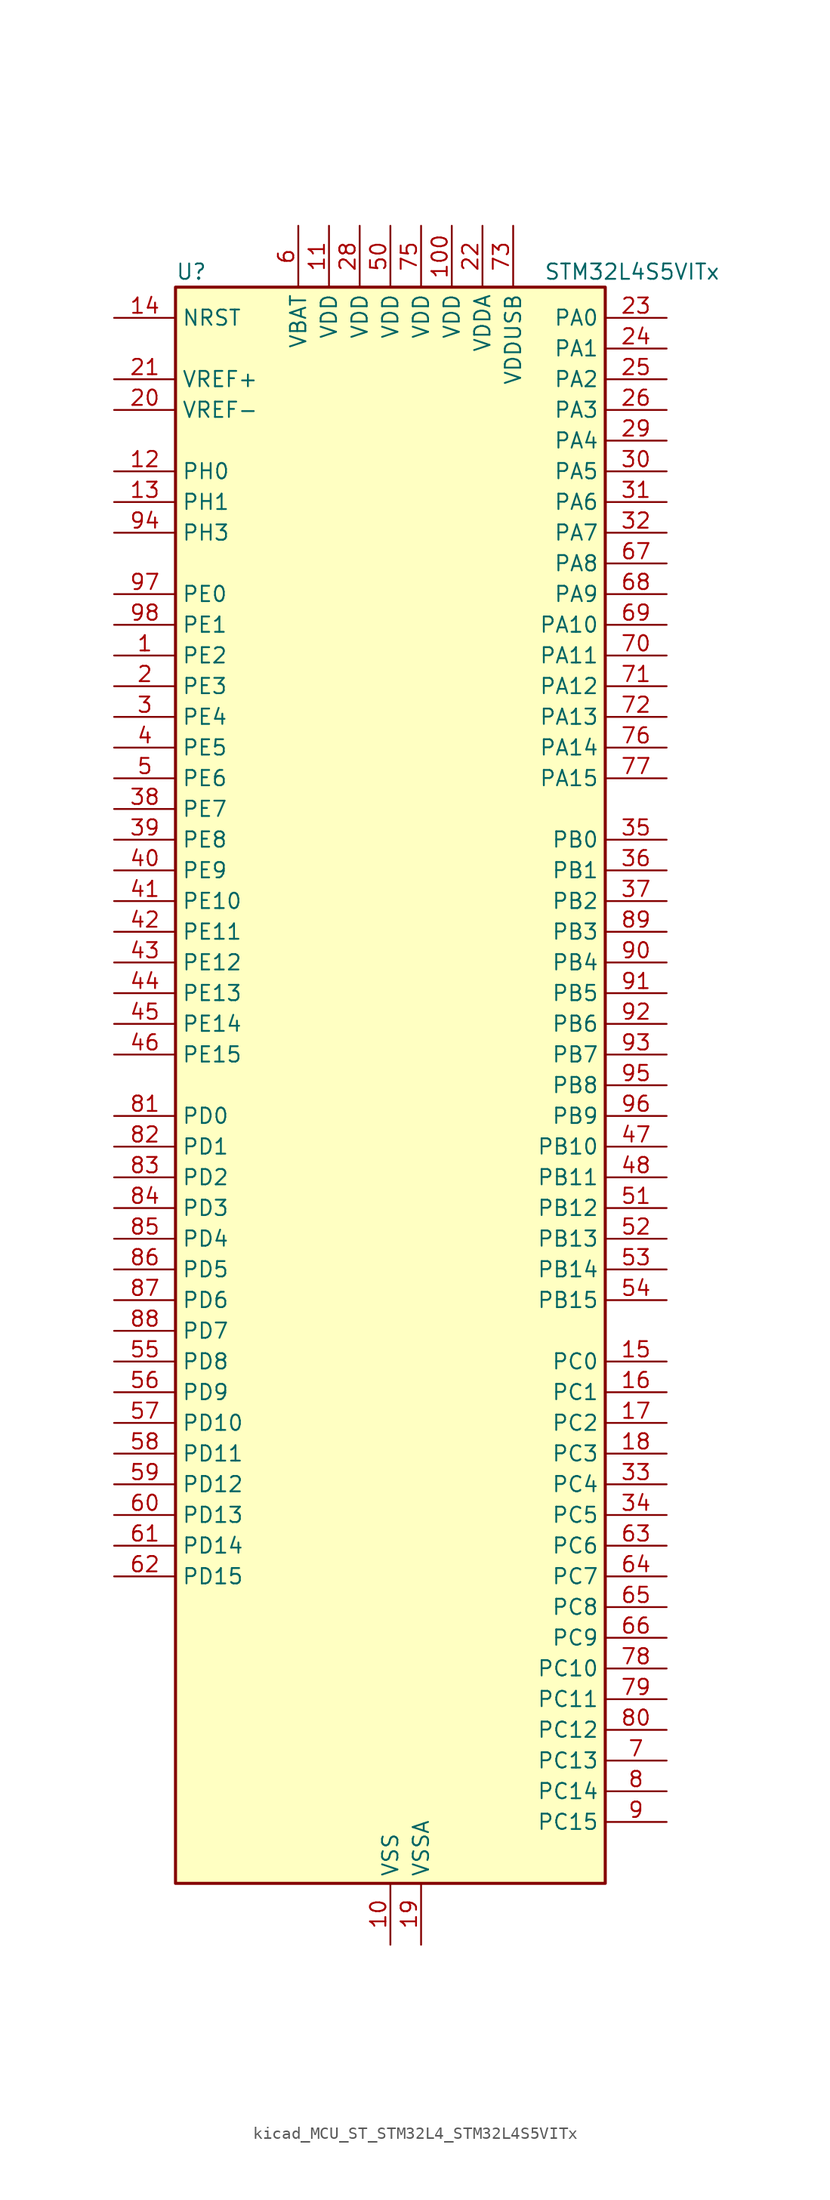
<source format=kicad_sym>
(kicad_symbol_lib
  (version 20220914)
  (generator kicad_symbol_editor)
  (symbol "kicad_MCU_ST_STM32L4_STM32L4S5VITx"
    (property "Reference" "U"
      (at -17.78 67.31 0)
      (effects (font (size 1.27 1.27)) (justify left)))
    (property "Value" "STM32L4S5VITx"
      (at 12.7 67.31 0)
      (effects (font (size 1.27 1.27)) (justify left)))
    (property "ki_locked" ""
      (at 0 0 0)
      (effects (font (size 1.27 1.27))))
    (symbol "kicad_MCU_ST_STM32L4_STM32L4S5VITx_0_1"
      (rectangle (start -17.78 -66.04) (end 17.78 66.04) (stroke (width 0.254) (type default)) (fill (type background))))
    (symbol "kicad_MCU_ST_STM32L4_STM32L4S5VITx_1_1"
      (pin bidirectional line (at -22.86 35.56 0) (length 5.08) (name "PE2" (effects (font (size 1.27 1.27)))) (number "1" (effects (font (size 1.27 1.27)))) (alternate "FMC_A23" bidirectional line) (alternate "SAI1_CK1" bidirectional line) (alternate "SAI1_MCLK_A" bidirectional line) (alternate "SYS_TRACECLK" bidirectional line) (alternate "TIM3_ETR" bidirectional line) (alternate "TSC_G7_IO1" bidirectional line))
      (pin power_in line (at 0 -71.12 90) (length 5.08) (name "VSS" (effects (font (size 1.27 1.27)))) (number "10" (effects (font (size 1.27 1.27)))))
      (pin power_in line (at 5.08 71.12 270) (length 5.08) (name "VDD" (effects (font (size 1.27 1.27)))) (number "100" (effects (font (size 1.27 1.27)))))
      (pin power_in line (at -5.08 71.12 270) (length 5.08) (name "VDD" (effects (font (size 1.27 1.27)))) (number "11" (effects (font (size 1.27 1.27)))))
      (pin bidirectional line (at -22.86 50.8 0) (length 5.08) (name "PH0" (effects (font (size 1.27 1.27)))) (number "12" (effects (font (size 1.27 1.27)))) (alternate "RCC_OSC_IN" bidirectional line))
      (pin bidirectional line (at -22.86 48.26 0) (length 5.08) (name "PH1" (effects (font (size 1.27 1.27)))) (number "13" (effects (font (size 1.27 1.27)))) (alternate "RCC_OSC_OUT" bidirectional line))
      (pin input line (at -22.86 63.5 0) (length 5.08) (name "NRST" (effects (font (size 1.27 1.27)))) (number "14" (effects (font (size 1.27 1.27)))))
      (pin bidirectional line (at 22.86 -22.86 180) (length 5.08) (name "PC0" (effects (font (size 1.27 1.27)))) (number "15" (effects (font (size 1.27 1.27)))) (alternate "ADC1_IN1" bidirectional line) (alternate "DFSDM1_DATIN4" bidirectional line) (alternate "I2C3_SCL" bidirectional line) (alternate "LPTIM1_IN1" bidirectional line) (alternate "LPTIM2_IN1" bidirectional line) (alternate "LPUART1_RX" bidirectional line) (alternate "SAI2_FS_A" bidirectional line))
      (pin bidirectional line (at 22.86 -25.4 180) (length 5.08) (name "PC1" (effects (font (size 1.27 1.27)))) (number "16" (effects (font (size 1.27 1.27)))) (alternate "ADC1_IN2" bidirectional line) (alternate "DFSDM1_CKIN4" bidirectional line) (alternate "I2C3_SDA" bidirectional line) (alternate "LPTIM1_OUT" bidirectional line) (alternate "LPUART1_TX" bidirectional line) (alternate "OCTOSPIM_P1_IO4" bidirectional line) (alternate "SAI1_SD_A" bidirectional line) (alternate "SPI2_MOSI" bidirectional line) (alternate "SYS_TRACED0" bidirectional line))
      (pin bidirectional line (at 22.86 -27.94 180) (length 5.08) (name "PC2" (effects (font (size 1.27 1.27)))) (number "17" (effects (font (size 1.27 1.27)))) (alternate "ADC1_IN3" bidirectional line) (alternate "DFSDM1_CKOUT" bidirectional line) (alternate "LPTIM1_IN2" bidirectional line) (alternate "OCTOSPIM_P1_IO5" bidirectional line) (alternate "SPI2_MISO" bidirectional line))
      (pin bidirectional line (at 22.86 -30.48 180) (length 5.08) (name "PC3" (effects (font (size 1.27 1.27)))) (number "18" (effects (font (size 1.27 1.27)))) (alternate "ADC1_IN4" bidirectional line) (alternate "LPTIM1_ETR" bidirectional line) (alternate "LPTIM2_ETR" bidirectional line) (alternate "OCTOSPIM_P1_IO6" bidirectional line) (alternate "SAI1_D1" bidirectional line) (alternate "SAI1_SD_A" bidirectional line) (alternate "SPI2_MOSI" bidirectional line))
      (pin power_in line (at 2.54 -71.12 90) (length 5.08) (name "VSSA" (effects (font (size 1.27 1.27)))) (number "19" (effects (font (size 1.27 1.27)))))
      (pin bidirectional line (at -22.86 33.02 0) (length 5.08) (name "PE3" (effects (font (size 1.27 1.27)))) (number "2" (effects (font (size 1.27 1.27)))) (alternate "FMC_A19" bidirectional line) (alternate "OCTOSPIM_P1_DQS" bidirectional line) (alternate "SAI1_SD_B" bidirectional line) (alternate "SYS_TRACED0" bidirectional line) (alternate "TIM3_CH1" bidirectional line) (alternate "TSC_G7_IO2" bidirectional line))
      (pin input line (at -22.86 55.88 0) (length 5.08) (name "VREF-" (effects (font (size 1.27 1.27)))) (number "20" (effects (font (size 1.27 1.27)))))
      (pin input line (at -22.86 58.42 0) (length 5.08) (name "VREF+" (effects (font (size 1.27 1.27)))) (number "21" (effects (font (size 1.27 1.27)))) (alternate "VREFBUF_OUT" bidirectional line))
      (pin power_in line (at 7.62 71.12 270) (length 5.08) (name "VDDA" (effects (font (size 1.27 1.27)))) (number "22" (effects (font (size 1.27 1.27)))))
      (pin bidirectional line (at 22.86 63.5 180) (length 5.08) (name "PA0" (effects (font (size 1.27 1.27)))) (number "23" (effects (font (size 1.27 1.27)))) (alternate "ADC1_IN5" bidirectional line) (alternate "OPAMP1_VINP" bidirectional line) (alternate "RTC_TAMP2" bidirectional line) (alternate "SAI1_EXTCLK" bidirectional line) (alternate "SYS_WKUP1" bidirectional line) (alternate "TIM2_CH1" bidirectional line) (alternate "TIM2_ETR" bidirectional line) (alternate "TIM5_CH1" bidirectional line) (alternate "TIM8_ETR" bidirectional line) (alternate "UART4_TX" bidirectional line) (alternate "USART2_CTS" bidirectional line) (alternate "USART2_NSS" bidirectional line))
      (pin bidirectional line (at 22.86 60.96 180) (length 5.08) (name "PA1" (effects (font (size 1.27 1.27)))) (number "24" (effects (font (size 1.27 1.27)))) (alternate "ADC1_IN6" bidirectional line) (alternate "I2C1_SMBA" bidirectional line) (alternate "OCTOSPIM_P1_DQS" bidirectional line) (alternate "OPAMP1_VINM" bidirectional line) (alternate "SPI1_SCK" bidirectional line) (alternate "TIM15_CH1N" bidirectional line) (alternate "TIM2_CH2" bidirectional line) (alternate "TIM5_CH2" bidirectional line) (alternate "UART4_RX" bidirectional line) (alternate "USART2_DE" bidirectional line) (alternate "USART2_RTS" bidirectional line))
      (pin bidirectional line (at 22.86 58.42 180) (length 5.08) (name "PA2" (effects (font (size 1.27 1.27)))) (number "25" (effects (font (size 1.27 1.27)))) (alternate "ADC1_IN7" bidirectional line) (alternate "LPUART1_TX" bidirectional line) (alternate "OCTOSPIM_P1_NCS" bidirectional line) (alternate "RCC_LSCO" bidirectional line) (alternate "SAI2_EXTCLK" bidirectional line) (alternate "SYS_WKUP4" bidirectional line) (alternate "TIM15_CH1" bidirectional line) (alternate "TIM2_CH3" bidirectional line) (alternate "TIM5_CH3" bidirectional line) (alternate "USART2_TX" bidirectional line))
      (pin bidirectional line (at 22.86 55.88 180) (length 5.08) (name "PA3" (effects (font (size 1.27 1.27)))) (number "26" (effects (font (size 1.27 1.27)))) (alternate "ADC1_IN8" bidirectional line) (alternate "LPUART1_RX" bidirectional line) (alternate "OCTOSPIM_P1_CLK" bidirectional line) (alternate "OPAMP1_VOUT" bidirectional line) (alternate "SAI1_CK1" bidirectional line) (alternate "SAI1_MCLK_A" bidirectional line) (alternate "TIM15_CH2" bidirectional line) (alternate "TIM2_CH4" bidirectional line) (alternate "TIM5_CH4" bidirectional line) (alternate "USART2_RX" bidirectional line))
      (pin passive line (at 0 -71.12 90) (length 5.08) hide (name "VSS" (effects (font (size 1.27 1.27)))) (number "27" (effects (font (size 1.27 1.27)))))
      (pin power_in line (at -2.54 71.12 270) (length 5.08) (name "VDD" (effects (font (size 1.27 1.27)))) (number "28" (effects (font (size 1.27 1.27)))))
      (pin bidirectional line (at 22.86 53.34 180) (length 5.08) (name "PA4" (effects (font (size 1.27 1.27)))) (number "29" (effects (font (size 1.27 1.27)))) (alternate "ADC1_IN9" bidirectional line) (alternate "DAC1_OUT1" bidirectional line) (alternate "DCMI_HSYNC" bidirectional line) (alternate "LPTIM2_OUT" bidirectional line) (alternate "OCTOSPIM_P1_NCS" bidirectional line) (alternate "SAI1_FS_B" bidirectional line) (alternate "SPI1_NSS" bidirectional line) (alternate "SPI3_NSS" bidirectional line) (alternate "USART2_CK" bidirectional line))
      (pin bidirectional line (at -22.86 30.48 0) (length 5.08) (name "PE4" (effects (font (size 1.27 1.27)))) (number "3" (effects (font (size 1.27 1.27)))) (alternate "DCMI_D4" bidirectional line) (alternate "DFSDM1_DATIN3" bidirectional line) (alternate "FMC_A20" bidirectional line) (alternate "SAI1_D2" bidirectional line) (alternate "SAI1_FS_A" bidirectional line) (alternate "SYS_TRACED1" bidirectional line) (alternate "TIM3_CH2" bidirectional line) (alternate "TSC_G7_IO3" bidirectional line))
      (pin bidirectional line (at 22.86 50.8 180) (length 5.08) (name "PA5" (effects (font (size 1.27 1.27)))) (number "30" (effects (font (size 1.27 1.27)))) (alternate "ADC1_IN10" bidirectional line) (alternate "DAC1_OUT2" bidirectional line) (alternate "LPTIM2_ETR" bidirectional line) (alternate "SPI1_SCK" bidirectional line) (alternate "TIM2_CH1" bidirectional line) (alternate "TIM2_ETR" bidirectional line) (alternate "TIM8_CH1N" bidirectional line))
      (pin bidirectional line (at 22.86 48.26 180) (length 5.08) (name "PA6" (effects (font (size 1.27 1.27)))) (number "31" (effects (font (size 1.27 1.27)))) (alternate "ADC1_IN11" bidirectional line) (alternate "DCMI_PIXCLK" bidirectional line) (alternate "LPUART1_CTS" bidirectional line) (alternate "OCTOSPIM_P1_IO3" bidirectional line) (alternate "OPAMP2_VINP" bidirectional line) (alternate "SPI1_MISO" bidirectional line) (alternate "TIM16_CH1" bidirectional line) (alternate "TIM1_BKIN" bidirectional line) (alternate "TIM3_CH1" bidirectional line) (alternate "TIM8_BKIN" bidirectional line) (alternate "USART3_CTS" bidirectional line) (alternate "USART3_NSS" bidirectional line))
      (pin bidirectional line (at 22.86 45.72 180) (length 5.08) (name "PA7" (effects (font (size 1.27 1.27)))) (number "32" (effects (font (size 1.27 1.27)))) (alternate "ADC1_IN12" bidirectional line) (alternate "I2C3_SCL" bidirectional line) (alternate "OCTOSPIM_P1_IO2" bidirectional line) (alternate "OPAMP2_VINM" bidirectional line) (alternate "SPI1_MOSI" bidirectional line) (alternate "TIM17_CH1" bidirectional line) (alternate "TIM1_CH1N" bidirectional line) (alternate "TIM3_CH2" bidirectional line) (alternate "TIM8_CH1N" bidirectional line))
      (pin bidirectional line (at 22.86 -33.02 180) (length 5.08) (name "PC4" (effects (font (size 1.27 1.27)))) (number "33" (effects (font (size 1.27 1.27)))) (alternate "ADC1_IN13" bidirectional line) (alternate "COMP1_INM" bidirectional line) (alternate "OCTOSPIM_P1_IO7" bidirectional line) (alternate "USART3_TX" bidirectional line))
      (pin bidirectional line (at 22.86 -35.56 180) (length 5.08) (name "PC5" (effects (font (size 1.27 1.27)))) (number "34" (effects (font (size 1.27 1.27)))) (alternate "ADC1_IN14" bidirectional line) (alternate "COMP1_INP" bidirectional line) (alternate "SAI1_D3" bidirectional line) (alternate "SYS_WKUP5" bidirectional line) (alternate "USART3_RX" bidirectional line))
      (pin bidirectional line (at 22.86 20.32 180) (length 5.08) (name "PB0" (effects (font (size 1.27 1.27)))) (number "35" (effects (font (size 1.27 1.27)))) (alternate "ADC1_IN15" bidirectional line) (alternate "COMP1_OUT" bidirectional line) (alternate "OCTOSPIM_P1_IO1" bidirectional line) (alternate "OPAMP2_VOUT" bidirectional line) (alternate "SAI1_EXTCLK" bidirectional line) (alternate "SPI1_NSS" bidirectional line) (alternate "TIM1_CH2N" bidirectional line) (alternate "TIM3_CH3" bidirectional line) (alternate "TIM8_CH2N" bidirectional line) (alternate "USART3_CK" bidirectional line))
      (pin bidirectional line (at 22.86 17.78 180) (length 5.08) (name "PB1" (effects (font (size 1.27 1.27)))) (number "36" (effects (font (size 1.27 1.27)))) (alternate "ADC1_IN16" bidirectional line) (alternate "COMP1_INM" bidirectional line) (alternate "DFSDM1_DATIN0" bidirectional line) (alternate "LPTIM2_IN1" bidirectional line) (alternate "LPUART1_DE" bidirectional line) (alternate "LPUART1_RTS" bidirectional line) (alternate "OCTOSPIM_P1_IO0" bidirectional line) (alternate "TIM1_CH3N" bidirectional line) (alternate "TIM3_CH4" bidirectional line) (alternate "TIM8_CH3N" bidirectional line) (alternate "USART3_DE" bidirectional line) (alternate "USART3_RTS" bidirectional line))
      (pin bidirectional line (at 22.86 15.24 180) (length 5.08) (name "PB2" (effects (font (size 1.27 1.27)))) (number "37" (effects (font (size 1.27 1.27)))) (alternate "COMP1_INP" bidirectional line) (alternate "DFSDM1_CKIN0" bidirectional line) (alternate "I2C3_SMBA" bidirectional line) (alternate "LPTIM1_OUT" bidirectional line) (alternate "OCTOSPIM_P1_DQS" bidirectional line) (alternate "RTC_OUT_ALARM" bidirectional line) (alternate "RTC_OUT_CALIB" bidirectional line))
      (pin bidirectional line (at -22.86 22.86 0) (length 5.08) (name "PE7" (effects (font (size 1.27 1.27)))) (number "38" (effects (font (size 1.27 1.27)))) (alternate "DFSDM1_DATIN2" bidirectional line) (alternate "FMC_D4" bidirectional line) (alternate "FMC_DA4" bidirectional line) (alternate "SAI1_SD_B" bidirectional line) (alternate "TIM1_ETR" bidirectional line))
      (pin bidirectional line (at -22.86 20.32 0) (length 5.08) (name "PE8" (effects (font (size 1.27 1.27)))) (number "39" (effects (font (size 1.27 1.27)))) (alternate "DFSDM1_CKIN2" bidirectional line) (alternate "FMC_D5" bidirectional line) (alternate "FMC_DA5" bidirectional line) (alternate "SAI1_SCK_B" bidirectional line) (alternate "TIM1_CH1N" bidirectional line))
      (pin bidirectional line (at -22.86 27.94 0) (length 5.08) (name "PE5" (effects (font (size 1.27 1.27)))) (number "4" (effects (font (size 1.27 1.27)))) (alternate "DCMI_D6" bidirectional line) (alternate "DFSDM1_CKIN3" bidirectional line) (alternate "FMC_A21" bidirectional line) (alternate "SAI1_CK2" bidirectional line) (alternate "SAI1_SCK_A" bidirectional line) (alternate "SYS_TRACED2" bidirectional line) (alternate "TIM3_CH3" bidirectional line) (alternate "TSC_G7_IO4" bidirectional line))
      (pin bidirectional line (at -22.86 17.78 0) (length 5.08) (name "PE9" (effects (font (size 1.27 1.27)))) (number "40" (effects (font (size 1.27 1.27)))) (alternate "DAC1_EXTI9" bidirectional line) (alternate "DFSDM1_CKOUT" bidirectional line) (alternate "FMC_D6" bidirectional line) (alternate "FMC_DA6" bidirectional line) (alternate "SAI1_FS_B" bidirectional line) (alternate "TIM1_CH1" bidirectional line))
      (pin bidirectional line (at -22.86 15.24 0) (length 5.08) (name "PE10" (effects (font (size 1.27 1.27)))) (number "41" (effects (font (size 1.27 1.27)))) (alternate "DFSDM1_DATIN4" bidirectional line) (alternate "FMC_D7" bidirectional line) (alternate "FMC_DA7" bidirectional line) (alternate "OCTOSPIM_P1_CLK" bidirectional line) (alternate "SAI1_MCLK_B" bidirectional line) (alternate "TIM1_CH2N" bidirectional line) (alternate "TSC_G5_IO1" bidirectional line))
      (pin bidirectional line (at -22.86 12.7 0) (length 5.08) (name "PE11" (effects (font (size 1.27 1.27)))) (number "42" (effects (font (size 1.27 1.27)))) (alternate "ADC1_EXTI11" bidirectional line) (alternate "DFSDM1_CKIN4" bidirectional line) (alternate "FMC_D8" bidirectional line) (alternate "FMC_DA8" bidirectional line) (alternate "OCTOSPIM_P1_NCS" bidirectional line) (alternate "TIM1_CH2" bidirectional line) (alternate "TSC_G5_IO2" bidirectional line))
      (pin bidirectional line (at -22.86 10.16 0) (length 5.08) (name "PE12" (effects (font (size 1.27 1.27)))) (number "43" (effects (font (size 1.27 1.27)))) (alternate "DFSDM1_DATIN5" bidirectional line) (alternate "FMC_D9" bidirectional line) (alternate "FMC_DA9" bidirectional line) (alternate "OCTOSPIM_P1_IO0" bidirectional line) (alternate "SPI1_NSS" bidirectional line) (alternate "TIM1_CH3N" bidirectional line) (alternate "TSC_G5_IO3" bidirectional line))
      (pin bidirectional line (at -22.86 7.62 0) (length 5.08) (name "PE13" (effects (font (size 1.27 1.27)))) (number "44" (effects (font (size 1.27 1.27)))) (alternate "DFSDM1_CKIN5" bidirectional line) (alternate "FMC_D10" bidirectional line) (alternate "FMC_DA10" bidirectional line) (alternate "OCTOSPIM_P1_IO1" bidirectional line) (alternate "SPI1_SCK" bidirectional line) (alternate "TIM1_CH3" bidirectional line) (alternate "TSC_G5_IO4" bidirectional line))
      (pin bidirectional line (at -22.86 5.08 0) (length 5.08) (name "PE14" (effects (font (size 1.27 1.27)))) (number "45" (effects (font (size 1.27 1.27)))) (alternate "FMC_D11" bidirectional line) (alternate "FMC_DA11" bidirectional line) (alternate "OCTOSPIM_P1_IO2" bidirectional line) (alternate "SPI1_MISO" bidirectional line) (alternate "TIM1_BKIN2" bidirectional line) (alternate "TIM1_CH4" bidirectional line))
      (pin bidirectional line (at -22.86 2.54 0) (length 5.08) (name "PE15" (effects (font (size 1.27 1.27)))) (number "46" (effects (font (size 1.27 1.27)))) (alternate "ADC1_EXTI15" bidirectional line) (alternate "FMC_D12" bidirectional line) (alternate "FMC_DA12" bidirectional line) (alternate "OCTOSPIM_P1_IO3" bidirectional line) (alternate "SPI1_MOSI" bidirectional line) (alternate "TIM1_BKIN" bidirectional line))
      (pin bidirectional line (at 22.86 -5.08 180) (length 5.08) (name "PB10" (effects (font (size 1.27 1.27)))) (number "47" (effects (font (size 1.27 1.27)))) (alternate "COMP1_OUT" bidirectional line) (alternate "DFSDM1_DATIN7" bidirectional line) (alternate "I2C2_SCL" bidirectional line) (alternate "I2C4_SCL" bidirectional line) (alternate "LPUART1_RX" bidirectional line) (alternate "OCTOSPIM_P1_CLK" bidirectional line) (alternate "SAI1_SCK_A" bidirectional line) (alternate "SPI2_SCK" bidirectional line) (alternate "TIM2_CH3" bidirectional line) (alternate "TSC_SYNC" bidirectional line) (alternate "USART3_TX" bidirectional line))
      (pin bidirectional line (at 22.86 -7.62 180) (length 5.08) (name "PB11" (effects (font (size 1.27 1.27)))) (number "48" (effects (font (size 1.27 1.27)))) (alternate "ADC1_EXTI11" bidirectional line) (alternate "COMP2_OUT" bidirectional line) (alternate "DFSDM1_CKIN7" bidirectional line) (alternate "I2C2_SDA" bidirectional line) (alternate "I2C4_SDA" bidirectional line) (alternate "LPUART1_TX" bidirectional line) (alternate "OCTOSPIM_P1_NCS" bidirectional line) (alternate "TIM2_CH4" bidirectional line) (alternate "USART3_RX" bidirectional line))
      (pin passive line (at 0 -71.12 90) (length 5.08) hide (name "VSS" (effects (font (size 1.27 1.27)))) (number "49" (effects (font (size 1.27 1.27)))))
      (pin bidirectional line (at -22.86 25.4 0) (length 5.08) (name "PE6" (effects (font (size 1.27 1.27)))) (number "5" (effects (font (size 1.27 1.27)))) (alternate "DCMI_D7" bidirectional line) (alternate "FMC_A22" bidirectional line) (alternate "RTC_TAMP3" bidirectional line) (alternate "SAI1_D1" bidirectional line) (alternate "SAI1_SD_A" bidirectional line) (alternate "SYS_TRACED3" bidirectional line) (alternate "SYS_WKUP3" bidirectional line) (alternate "TIM3_CH4" bidirectional line))
      (pin power_in line (at 0 71.12 270) (length 5.08) (name "VDD" (effects (font (size 1.27 1.27)))) (number "50" (effects (font (size 1.27 1.27)))))
      (pin bidirectional line (at 22.86 -10.16 180) (length 5.08) (name "PB12" (effects (font (size 1.27 1.27)))) (number "51" (effects (font (size 1.27 1.27)))) (alternate "DFSDM1_DATIN1" bidirectional line) (alternate "I2C2_SMBA" bidirectional line) (alternate "LPUART1_DE" bidirectional line) (alternate "LPUART1_RTS" bidirectional line) (alternate "SAI2_FS_A" bidirectional line) (alternate "SPI2_NSS" bidirectional line) (alternate "TIM15_BKIN" bidirectional line) (alternate "TIM1_BKIN" bidirectional line) (alternate "TSC_G1_IO1" bidirectional line) (alternate "USART3_CK" bidirectional line))
      (pin bidirectional line (at 22.86 -12.7 180) (length 5.08) (name "PB13" (effects (font (size 1.27 1.27)))) (number "52" (effects (font (size 1.27 1.27)))) (alternate "DFSDM1_CKIN1" bidirectional line) (alternate "I2C2_SCL" bidirectional line) (alternate "LPUART1_CTS" bidirectional line) (alternate "SAI2_SCK_A" bidirectional line) (alternate "SPI2_SCK" bidirectional line) (alternate "TIM15_CH1N" bidirectional line) (alternate "TIM1_CH1N" bidirectional line) (alternate "TSC_G1_IO2" bidirectional line) (alternate "USART3_CTS" bidirectional line) (alternate "USART3_NSS" bidirectional line))
      (pin bidirectional line (at 22.86 -15.24 180) (length 5.08) (name "PB14" (effects (font (size 1.27 1.27)))) (number "53" (effects (font (size 1.27 1.27)))) (alternate "DFSDM1_DATIN2" bidirectional line) (alternate "I2C2_SDA" bidirectional line) (alternate "SAI2_MCLK_A" bidirectional line) (alternate "SPI2_MISO" bidirectional line) (alternate "TIM15_CH1" bidirectional line) (alternate "TIM1_CH2N" bidirectional line) (alternate "TIM8_CH2N" bidirectional line) (alternate "TSC_G1_IO3" bidirectional line) (alternate "USART3_DE" bidirectional line) (alternate "USART3_RTS" bidirectional line))
      (pin bidirectional line (at 22.86 -17.78 180) (length 5.08) (name "PB15" (effects (font (size 1.27 1.27)))) (number "54" (effects (font (size 1.27 1.27)))) (alternate "ADC1_EXTI15" bidirectional line) (alternate "DFSDM1_CKIN2" bidirectional line) (alternate "RTC_REFIN" bidirectional line) (alternate "SAI2_SD_A" bidirectional line) (alternate "SPI2_MOSI" bidirectional line) (alternate "TIM15_CH2" bidirectional line) (alternate "TIM1_CH3N" bidirectional line) (alternate "TIM8_CH3N" bidirectional line) (alternate "TSC_G1_IO4" bidirectional line))
      (pin bidirectional line (at -22.86 -22.86 0) (length 5.08) (name "PD8" (effects (font (size 1.27 1.27)))) (number "55" (effects (font (size 1.27 1.27)))) (alternate "DCMI_HSYNC" bidirectional line) (alternate "FMC_D13" bidirectional line) (alternate "FMC_DA13" bidirectional line) (alternate "USART3_TX" bidirectional line))
      (pin bidirectional line (at -22.86 -25.4 0) (length 5.08) (name "PD9" (effects (font (size 1.27 1.27)))) (number "56" (effects (font (size 1.27 1.27)))) (alternate "DAC1_EXTI9" bidirectional line) (alternate "DCMI_PIXCLK" bidirectional line) (alternate "FMC_D14" bidirectional line) (alternate "FMC_DA14" bidirectional line) (alternate "SAI2_MCLK_A" bidirectional line) (alternate "USART3_RX" bidirectional line))
      (pin bidirectional line (at -22.86 -27.94 0) (length 5.08) (name "PD10" (effects (font (size 1.27 1.27)))) (number "57" (effects (font (size 1.27 1.27)))) (alternate "FMC_D15" bidirectional line) (alternate "FMC_DA15" bidirectional line) (alternate "SAI2_SCK_A" bidirectional line) (alternate "TSC_G6_IO1" bidirectional line) (alternate "USART3_CK" bidirectional line))
      (pin bidirectional line (at -22.86 -30.48 0) (length 5.08) (name "PD11" (effects (font (size 1.27 1.27)))) (number "58" (effects (font (size 1.27 1.27)))) (alternate "ADC1_EXTI11" bidirectional line) (alternate "FMC_A16" bidirectional line) (alternate "FMC_CLE" bidirectional line) (alternate "I2C4_SMBA" bidirectional line) (alternate "LPTIM2_ETR" bidirectional line) (alternate "SAI2_SD_A" bidirectional line) (alternate "TSC_G6_IO2" bidirectional line) (alternate "USART3_CTS" bidirectional line) (alternate "USART3_NSS" bidirectional line))
      (pin bidirectional line (at -22.86 -33.02 0) (length 5.08) (name "PD12" (effects (font (size 1.27 1.27)))) (number "59" (effects (font (size 1.27 1.27)))) (alternate "FMC_A17" bidirectional line) (alternate "FMC_ALE" bidirectional line) (alternate "I2C4_SCL" bidirectional line) (alternate "LPTIM2_IN1" bidirectional line) (alternate "SAI2_FS_A" bidirectional line) (alternate "TIM4_CH1" bidirectional line) (alternate "TSC_G6_IO3" bidirectional line) (alternate "USART3_DE" bidirectional line) (alternate "USART3_RTS" bidirectional line))
      (pin power_in line (at -7.62 71.12 270) (length 5.08) (name "VBAT" (effects (font (size 1.27 1.27)))) (number "6" (effects (font (size 1.27 1.27)))))
      (pin bidirectional line (at -22.86 -35.56 0) (length 5.08) (name "PD13" (effects (font (size 1.27 1.27)))) (number "60" (effects (font (size 1.27 1.27)))) (alternate "FMC_A18" bidirectional line) (alternate "I2C4_SDA" bidirectional line) (alternate "LPTIM2_OUT" bidirectional line) (alternate "TIM4_CH2" bidirectional line) (alternate "TSC_G6_IO4" bidirectional line))
      (pin bidirectional line (at -22.86 -38.1 0) (length 5.08) (name "PD14" (effects (font (size 1.27 1.27)))) (number "61" (effects (font (size 1.27 1.27)))) (alternate "FMC_D0" bidirectional line) (alternate "FMC_DA0" bidirectional line) (alternate "TIM4_CH3" bidirectional line))
      (pin bidirectional line (at -22.86 -40.64 0) (length 5.08) (name "PD15" (effects (font (size 1.27 1.27)))) (number "62" (effects (font (size 1.27 1.27)))) (alternate "ADC1_EXTI15" bidirectional line) (alternate "FMC_D1" bidirectional line) (alternate "FMC_DA1" bidirectional line) (alternate "TIM4_CH4" bidirectional line))
      (pin bidirectional line (at 22.86 -38.1 180) (length 5.08) (name "PC6" (effects (font (size 1.27 1.27)))) (number "63" (effects (font (size 1.27 1.27)))) (alternate "DCMI_D0" bidirectional line) (alternate "DFSDM1_CKIN3" bidirectional line) (alternate "SAI2_MCLK_A" bidirectional line) (alternate "SDMMC1_D0DIR" bidirectional line) (alternate "SDMMC1_D6" bidirectional line) (alternate "TIM3_CH1" bidirectional line) (alternate "TIM8_CH1" bidirectional line) (alternate "TSC_G4_IO1" bidirectional line))
      (pin bidirectional line (at 22.86 -40.64 180) (length 5.08) (name "PC7" (effects (font (size 1.27 1.27)))) (number "64" (effects (font (size 1.27 1.27)))) (alternate "DCMI_D1" bidirectional line) (alternate "DFSDM1_DATIN3" bidirectional line) (alternate "SAI2_MCLK_B" bidirectional line) (alternate "SDMMC1_D123DIR" bidirectional line) (alternate "SDMMC1_D7" bidirectional line) (alternate "TIM3_CH2" bidirectional line) (alternate "TIM8_CH2" bidirectional line) (alternate "TSC_G4_IO2" bidirectional line))
      (pin bidirectional line (at 22.86 -43.18 180) (length 5.08) (name "PC8" (effects (font (size 1.27 1.27)))) (number "65" (effects (font (size 1.27 1.27)))) (alternate "DCMI_D2" bidirectional line) (alternate "SDMMC1_D0" bidirectional line) (alternate "TIM3_CH3" bidirectional line) (alternate "TIM8_CH3" bidirectional line) (alternate "TSC_G4_IO3" bidirectional line))
      (pin bidirectional line (at 22.86 -45.72 180) (length 5.08) (name "PC9" (effects (font (size 1.27 1.27)))) (number "66" (effects (font (size 1.27 1.27)))) (alternate "DAC1_EXTI9" bidirectional line) (alternate "DCMI_D3" bidirectional line) (alternate "I2C3_SDA" bidirectional line) (alternate "SAI2_EXTCLK" bidirectional line) (alternate "SDMMC1_D1" bidirectional line) (alternate "SYS_TRACED0" bidirectional line) (alternate "TIM3_CH4" bidirectional line) (alternate "TIM8_BKIN2" bidirectional line) (alternate "TIM8_CH4" bidirectional line) (alternate "TSC_G4_IO4" bidirectional line) (alternate "USB_OTG_FS_NOE" bidirectional line))
      (pin bidirectional line (at 22.86 43.18 180) (length 5.08) (name "PA8" (effects (font (size 1.27 1.27)))) (number "67" (effects (font (size 1.27 1.27)))) (alternate "LPTIM2_OUT" bidirectional line) (alternate "RCC_MCO" bidirectional line) (alternate "SAI1_CK2" bidirectional line) (alternate "SAI1_SCK_A" bidirectional line) (alternate "TIM1_CH1" bidirectional line) (alternate "USART1_CK" bidirectional line) (alternate "USB_OTG_FS_SOF" bidirectional line))
      (pin bidirectional line (at 22.86 40.64 180) (length 5.08) (name "PA9" (effects (font (size 1.27 1.27)))) (number "68" (effects (font (size 1.27 1.27)))) (alternate "DAC1_EXTI9" bidirectional line) (alternate "DCMI_D0" bidirectional line) (alternate "SAI1_FS_A" bidirectional line) (alternate "SPI2_SCK" bidirectional line) (alternate "TIM15_BKIN" bidirectional line) (alternate "TIM1_CH2" bidirectional line) (alternate "USART1_TX" bidirectional line) (alternate "USB_OTG_FS_VBUS" bidirectional line))
      (pin bidirectional line (at 22.86 38.1 180) (length 5.08) (name "PA10" (effects (font (size 1.27 1.27)))) (number "69" (effects (font (size 1.27 1.27)))) (alternate "DCMI_D1" bidirectional line) (alternate "SAI1_D1" bidirectional line) (alternate "SAI1_SD_A" bidirectional line) (alternate "TIM17_BKIN" bidirectional line) (alternate "TIM1_CH3" bidirectional line) (alternate "USART1_RX" bidirectional line) (alternate "USB_OTG_FS_ID" bidirectional line))
      (pin bidirectional line (at 22.86 -55.88 180) (length 5.08) (name "PC13" (effects (font (size 1.27 1.27)))) (number "7" (effects (font (size 1.27 1.27)))) (alternate "RTC_OUT_ALARM" bidirectional line) (alternate "RTC_OUT_CALIB" bidirectional line) (alternate "RTC_TAMP1" bidirectional line) (alternate "RTC_TS" bidirectional line) (alternate "SYS_WKUP2" bidirectional line))
      (pin bidirectional line (at 22.86 35.56 180) (length 5.08) (name "PA11" (effects (font (size 1.27 1.27)))) (number "70" (effects (font (size 1.27 1.27)))) (alternate "ADC1_EXTI11" bidirectional line) (alternate "CAN1_RX" bidirectional line) (alternate "SPI1_MISO" bidirectional line) (alternate "TIM1_BKIN2" bidirectional line) (alternate "TIM1_CH4" bidirectional line) (alternate "USART1_CTS" bidirectional line) (alternate "USART1_NSS" bidirectional line) (alternate "USB_OTG_FS_DM" bidirectional line))
      (pin bidirectional line (at 22.86 33.02 180) (length 5.08) (name "PA12" (effects (font (size 1.27 1.27)))) (number "71" (effects (font (size 1.27 1.27)))) (alternate "CAN1_TX" bidirectional line) (alternate "SPI1_MOSI" bidirectional line) (alternate "TIM1_ETR" bidirectional line) (alternate "USART1_DE" bidirectional line) (alternate "USART1_RTS" bidirectional line) (alternate "USB_OTG_FS_DP" bidirectional line))
      (pin bidirectional line (at 22.86 30.48 180) (length 5.08) (name "PA13" (effects (font (size 1.27 1.27)))) (number "72" (effects (font (size 1.27 1.27)))) (alternate "IR_OUT" bidirectional line) (alternate "SAI1_SD_B" bidirectional line) (alternate "SYS_JTMS-SWDIO" bidirectional line) (alternate "USB_OTG_FS_NOE" bidirectional line))
      (pin power_in line (at 10.16 71.12 270) (length 5.08) (name "VDDUSB" (effects (font (size 1.27 1.27)))) (number "73" (effects (font (size 1.27 1.27)))))
      (pin passive line (at 0 -71.12 90) (length 5.08) hide (name "VSS" (effects (font (size 1.27 1.27)))) (number "74" (effects (font (size 1.27 1.27)))))
      (pin power_in line (at 2.54 71.12 270) (length 5.08) (name "VDD" (effects (font (size 1.27 1.27)))) (number "75" (effects (font (size 1.27 1.27)))))
      (pin bidirectional line (at 22.86 27.94 180) (length 5.08) (name "PA14" (effects (font (size 1.27 1.27)))) (number "76" (effects (font (size 1.27 1.27)))) (alternate "I2C1_SMBA" bidirectional line) (alternate "I2C4_SMBA" bidirectional line) (alternate "LPTIM1_OUT" bidirectional line) (alternate "SAI1_FS_B" bidirectional line) (alternate "SYS_JTCK-SWCLK" bidirectional line) (alternate "USB_OTG_FS_SOF" bidirectional line))
      (pin bidirectional line (at 22.86 25.4 180) (length 5.08) (name "PA15" (effects (font (size 1.27 1.27)))) (number "77" (effects (font (size 1.27 1.27)))) (alternate "ADC1_EXTI15" bidirectional line) (alternate "SAI2_FS_B" bidirectional line) (alternate "SPI1_NSS" bidirectional line) (alternate "SPI3_NSS" bidirectional line) (alternate "SYS_JTDI" bidirectional line) (alternate "TIM2_CH1" bidirectional line) (alternate "TIM2_ETR" bidirectional line) (alternate "TSC_G3_IO1" bidirectional line) (alternate "UART4_DE" bidirectional line) (alternate "UART4_RTS" bidirectional line) (alternate "USART2_RX" bidirectional line) (alternate "USART3_DE" bidirectional line) (alternate "USART3_RTS" bidirectional line))
      (pin bidirectional line (at 22.86 -48.26 180) (length 5.08) (name "PC10" (effects (font (size 1.27 1.27)))) (number "78" (effects (font (size 1.27 1.27)))) (alternate "DCMI_D8" bidirectional line) (alternate "SAI2_SCK_B" bidirectional line) (alternate "SDMMC1_D2" bidirectional line) (alternate "SPI3_SCK" bidirectional line) (alternate "SYS_TRACED1" bidirectional line) (alternate "TSC_G3_IO2" bidirectional line) (alternate "UART4_TX" bidirectional line) (alternate "USART3_TX" bidirectional line))
      (pin bidirectional line (at 22.86 -50.8 180) (length 5.08) (name "PC11" (effects (font (size 1.27 1.27)))) (number "79" (effects (font (size 1.27 1.27)))) (alternate "ADC1_EXTI11" bidirectional line) (alternate "DCMI_D2" bidirectional line) (alternate "DCMI_D4" bidirectional line) (alternate "OCTOSPIM_P1_NCS" bidirectional line) (alternate "SAI2_MCLK_B" bidirectional line) (alternate "SDMMC1_D3" bidirectional line) (alternate "SPI3_MISO" bidirectional line) (alternate "TSC_G3_IO3" bidirectional line) (alternate "UART4_RX" bidirectional line) (alternate "USART3_RX" bidirectional line))
      (pin bidirectional line (at 22.86 -58.42 180) (length 5.08) (name "PC14" (effects (font (size 1.27 1.27)))) (number "8" (effects (font (size 1.27 1.27)))) (alternate "RCC_OSC32_IN" bidirectional line))
      (pin bidirectional line (at 22.86 -53.34 180) (length 5.08) (name "PC12" (effects (font (size 1.27 1.27)))) (number "80" (effects (font (size 1.27 1.27)))) (alternate "DCMI_D9" bidirectional line) (alternate "SAI2_SD_B" bidirectional line) (alternate "SDMMC1_CK" bidirectional line) (alternate "SPI3_MOSI" bidirectional line) (alternate "SYS_TRACED3" bidirectional line) (alternate "TSC_G3_IO4" bidirectional line) (alternate "UART5_TX" bidirectional line) (alternate "USART3_CK" bidirectional line))
      (pin bidirectional line (at -22.86 -2.54 0) (length 5.08) (name "PD0" (effects (font (size 1.27 1.27)))) (number "81" (effects (font (size 1.27 1.27)))) (alternate "CAN1_RX" bidirectional line) (alternate "DFSDM1_DATIN7" bidirectional line) (alternate "FMC_D2" bidirectional line) (alternate "FMC_DA2" bidirectional line) (alternate "SPI2_NSS" bidirectional line))
      (pin bidirectional line (at -22.86 -5.08 0) (length 5.08) (name "PD1" (effects (font (size 1.27 1.27)))) (number "82" (effects (font (size 1.27 1.27)))) (alternate "CAN1_TX" bidirectional line) (alternate "DFSDM1_CKIN7" bidirectional line) (alternate "FMC_D3" bidirectional line) (alternate "FMC_DA3" bidirectional line) (alternate "SPI2_SCK" bidirectional line))
      (pin bidirectional line (at -22.86 -7.62 0) (length 5.08) (name "PD2" (effects (font (size 1.27 1.27)))) (number "83" (effects (font (size 1.27 1.27)))) (alternate "DCMI_D11" bidirectional line) (alternate "SDMMC1_CMD" bidirectional line) (alternate "SYS_TRACED2" bidirectional line) (alternate "TIM3_ETR" bidirectional line) (alternate "TSC_SYNC" bidirectional line) (alternate "UART5_RX" bidirectional line) (alternate "USART3_DE" bidirectional line) (alternate "USART3_RTS" bidirectional line))
      (pin bidirectional line (at -22.86 -10.16 0) (length 5.08) (name "PD3" (effects (font (size 1.27 1.27)))) (number "84" (effects (font (size 1.27 1.27)))) (alternate "DCMI_D5" bidirectional line) (alternate "DFSDM1_DATIN0" bidirectional line) (alternate "FMC_CLK" bidirectional line) (alternate "OCTOSPIM_P2_NCS" bidirectional line) (alternate "SPI2_MISO" bidirectional line) (alternate "SPI2_SCK" bidirectional line) (alternate "USART2_CTS" bidirectional line) (alternate "USART2_NSS" bidirectional line))
      (pin bidirectional line (at -22.86 -12.7 0) (length 5.08) (name "PD4" (effects (font (size 1.27 1.27)))) (number "85" (effects (font (size 1.27 1.27)))) (alternate "DFSDM1_CKIN0" bidirectional line) (alternate "FMC_NOE" bidirectional line) (alternate "OCTOSPIM_P1_IO4" bidirectional line) (alternate "SPI2_MOSI" bidirectional line) (alternate "USART2_DE" bidirectional line) (alternate "USART2_RTS" bidirectional line))
      (pin bidirectional line (at -22.86 -15.24 0) (length 5.08) (name "PD5" (effects (font (size 1.27 1.27)))) (number "86" (effects (font (size 1.27 1.27)))) (alternate "FMC_NWE" bidirectional line) (alternate "OCTOSPIM_P1_IO5" bidirectional line) (alternate "USART2_TX" bidirectional line))
      (pin bidirectional line (at -22.86 -17.78 0) (length 5.08) (name "PD6" (effects (font (size 1.27 1.27)))) (number "87" (effects (font (size 1.27 1.27)))) (alternate "DCMI_D10" bidirectional line) (alternate "DFSDM1_DATIN1" bidirectional line) (alternate "FMC_NWAIT" bidirectional line) (alternate "OCTOSPIM_P1_IO6" bidirectional line) (alternate "SAI1_D1" bidirectional line) (alternate "SAI1_SD_A" bidirectional line) (alternate "SPI3_MOSI" bidirectional line) (alternate "USART2_RX" bidirectional line))
      (pin bidirectional line (at -22.86 -20.32 0) (length 5.08) (name "PD7" (effects (font (size 1.27 1.27)))) (number "88" (effects (font (size 1.27 1.27)))) (alternate "DFSDM1_CKIN1" bidirectional line) (alternate "FMC_NCE" bidirectional line) (alternate "FMC_NE1" bidirectional line) (alternate "OCTOSPIM_P1_IO7" bidirectional line) (alternate "USART2_CK" bidirectional line))
      (pin bidirectional line (at 22.86 12.7 180) (length 5.08) (name "PB3" (effects (font (size 1.27 1.27)))) (number "89" (effects (font (size 1.27 1.27)))) (alternate "COMP2_INM" bidirectional line) (alternate "CRS_SYNC" bidirectional line) (alternate "SAI1_SCK_B" bidirectional line) (alternate "SPI1_SCK" bidirectional line) (alternate "SPI3_SCK" bidirectional line) (alternate "SYS_JTDO-SWO" bidirectional line) (alternate "TIM2_CH2" bidirectional line) (alternate "USART1_DE" bidirectional line) (alternate "USART1_RTS" bidirectional line))
      (pin bidirectional line (at 22.86 -60.96 180) (length 5.08) (name "PC15" (effects (font (size 1.27 1.27)))) (number "9" (effects (font (size 1.27 1.27)))) (alternate "ADC1_EXTI15" bidirectional line) (alternate "RCC_OSC32_OUT" bidirectional line))
      (pin bidirectional line (at 22.86 10.16 180) (length 5.08) (name "PB4" (effects (font (size 1.27 1.27)))) (number "90" (effects (font (size 1.27 1.27)))) (alternate "COMP2_INP" bidirectional line) (alternate "DCMI_D12" bidirectional line) (alternate "I2C3_SDA" bidirectional line) (alternate "SAI1_MCLK_B" bidirectional line) (alternate "SPI1_MISO" bidirectional line) (alternate "SPI3_MISO" bidirectional line) (alternate "SYS_JTRST" bidirectional line) (alternate "TIM17_BKIN" bidirectional line) (alternate "TIM3_CH1" bidirectional line) (alternate "TSC_G2_IO1" bidirectional line) (alternate "UART5_DE" bidirectional line) (alternate "UART5_RTS" bidirectional line) (alternate "USART1_CTS" bidirectional line) (alternate "USART1_NSS" bidirectional line))
      (pin bidirectional line (at 22.86 7.62 180) (length 5.08) (name "PB5" (effects (font (size 1.27 1.27)))) (number "91" (effects (font (size 1.27 1.27)))) (alternate "COMP2_OUT" bidirectional line) (alternate "DCMI_D10" bidirectional line) (alternate "I2C1_SMBA" bidirectional line) (alternate "LPTIM1_IN1" bidirectional line) (alternate "SAI1_SD_B" bidirectional line) (alternate "SPI1_MOSI" bidirectional line) (alternate "SPI3_MOSI" bidirectional line) (alternate "TIM16_BKIN" bidirectional line) (alternate "TIM3_CH2" bidirectional line) (alternate "TSC_G2_IO2" bidirectional line) (alternate "UART5_CTS" bidirectional line) (alternate "USART1_CK" bidirectional line))
      (pin bidirectional line (at 22.86 5.08 180) (length 5.08) (name "PB6" (effects (font (size 1.27 1.27)))) (number "92" (effects (font (size 1.27 1.27)))) (alternate "COMP2_INP" bidirectional line) (alternate "DCMI_D5" bidirectional line) (alternate "DFSDM1_DATIN5" bidirectional line) (alternate "I2C1_SCL" bidirectional line) (alternate "I2C4_SCL" bidirectional line) (alternate "LPTIM1_ETR" bidirectional line) (alternate "SAI1_FS_B" bidirectional line) (alternate "TIM16_CH1N" bidirectional line) (alternate "TIM4_CH1" bidirectional line) (alternate "TIM8_BKIN2" bidirectional line) (alternate "TSC_G2_IO3" bidirectional line) (alternate "USART1_TX" bidirectional line))
      (pin bidirectional line (at 22.86 2.54 180) (length 5.08) (name "PB7" (effects (font (size 1.27 1.27)))) (number "93" (effects (font (size 1.27 1.27)))) (alternate "COMP2_INM" bidirectional line) (alternate "DCMI_VSYNC" bidirectional line) (alternate "DFSDM1_CKIN5" bidirectional line) (alternate "FMC_NL" bidirectional line) (alternate "I2C1_SDA" bidirectional line) (alternate "I2C4_SDA" bidirectional line) (alternate "LPTIM1_IN2" bidirectional line) (alternate "SYS_PVD_IN" bidirectional line) (alternate "TIM17_CH1N" bidirectional line) (alternate "TIM4_CH2" bidirectional line) (alternate "TIM8_BKIN" bidirectional line) (alternate "TSC_G2_IO4" bidirectional line) (alternate "UART4_CTS" bidirectional line) (alternate "USART1_RX" bidirectional line))
      (pin bidirectional line (at -22.86 45.72 0) (length 5.08) (name "PH3" (effects (font (size 1.27 1.27)))) (number "94" (effects (font (size 1.27 1.27)))))
      (pin bidirectional line (at 22.86 0 180) (length 5.08) (name "PB8" (effects (font (size 1.27 1.27)))) (number "95" (effects (font (size 1.27 1.27)))) (alternate "CAN1_RX" bidirectional line) (alternate "DCMI_D6" bidirectional line) (alternate "DFSDM1_CKOUT" bidirectional line) (alternate "DFSDM1_DATIN6" bidirectional line) (alternate "I2C1_SCL" bidirectional line) (alternate "SAI1_CK1" bidirectional line) (alternate "SAI1_MCLK_A" bidirectional line) (alternate "SDMMC1_CKIN" bidirectional line) (alternate "SDMMC1_D4" bidirectional line) (alternate "TIM16_CH1" bidirectional line) (alternate "TIM4_CH3" bidirectional line))
      (pin bidirectional line (at 22.86 -2.54 180) (length 5.08) (name "PB9" (effects (font (size 1.27 1.27)))) (number "96" (effects (font (size 1.27 1.27)))) (alternate "CAN1_TX" bidirectional line) (alternate "DAC1_EXTI9" bidirectional line) (alternate "DCMI_D7" bidirectional line) (alternate "DFSDM1_CKIN6" bidirectional line) (alternate "I2C1_SDA" bidirectional line) (alternate "IR_OUT" bidirectional line) (alternate "SAI1_D2" bidirectional line) (alternate "SAI1_FS_A" bidirectional line) (alternate "SDMMC1_CDIR" bidirectional line) (alternate "SDMMC1_D5" bidirectional line) (alternate "SPI2_NSS" bidirectional line) (alternate "TIM17_CH1" bidirectional line) (alternate "TIM4_CH4" bidirectional line))
      (pin bidirectional line (at -22.86 40.64 0) (length 5.08) (name "PE0" (effects (font (size 1.27 1.27)))) (number "97" (effects (font (size 1.27 1.27)))) (alternate "DCMI_D2" bidirectional line) (alternate "FMC_NBL0" bidirectional line) (alternate "TIM16_CH1" bidirectional line) (alternate "TIM4_ETR" bidirectional line))
      (pin bidirectional line (at -22.86 38.1 0) (length 5.08) (name "PE1" (effects (font (size 1.27 1.27)))) (number "98" (effects (font (size 1.27 1.27)))) (alternate "DCMI_D3" bidirectional line) (alternate "FMC_NBL1" bidirectional line) (alternate "TIM17_CH1" bidirectional line))
      (pin passive line (at 0 -71.12 90) (length 5.08) hide (name "VSS" (effects (font (size 1.27 1.27)))) (number "99" (effects (font (size 1.27 1.27))))))))
</source>
